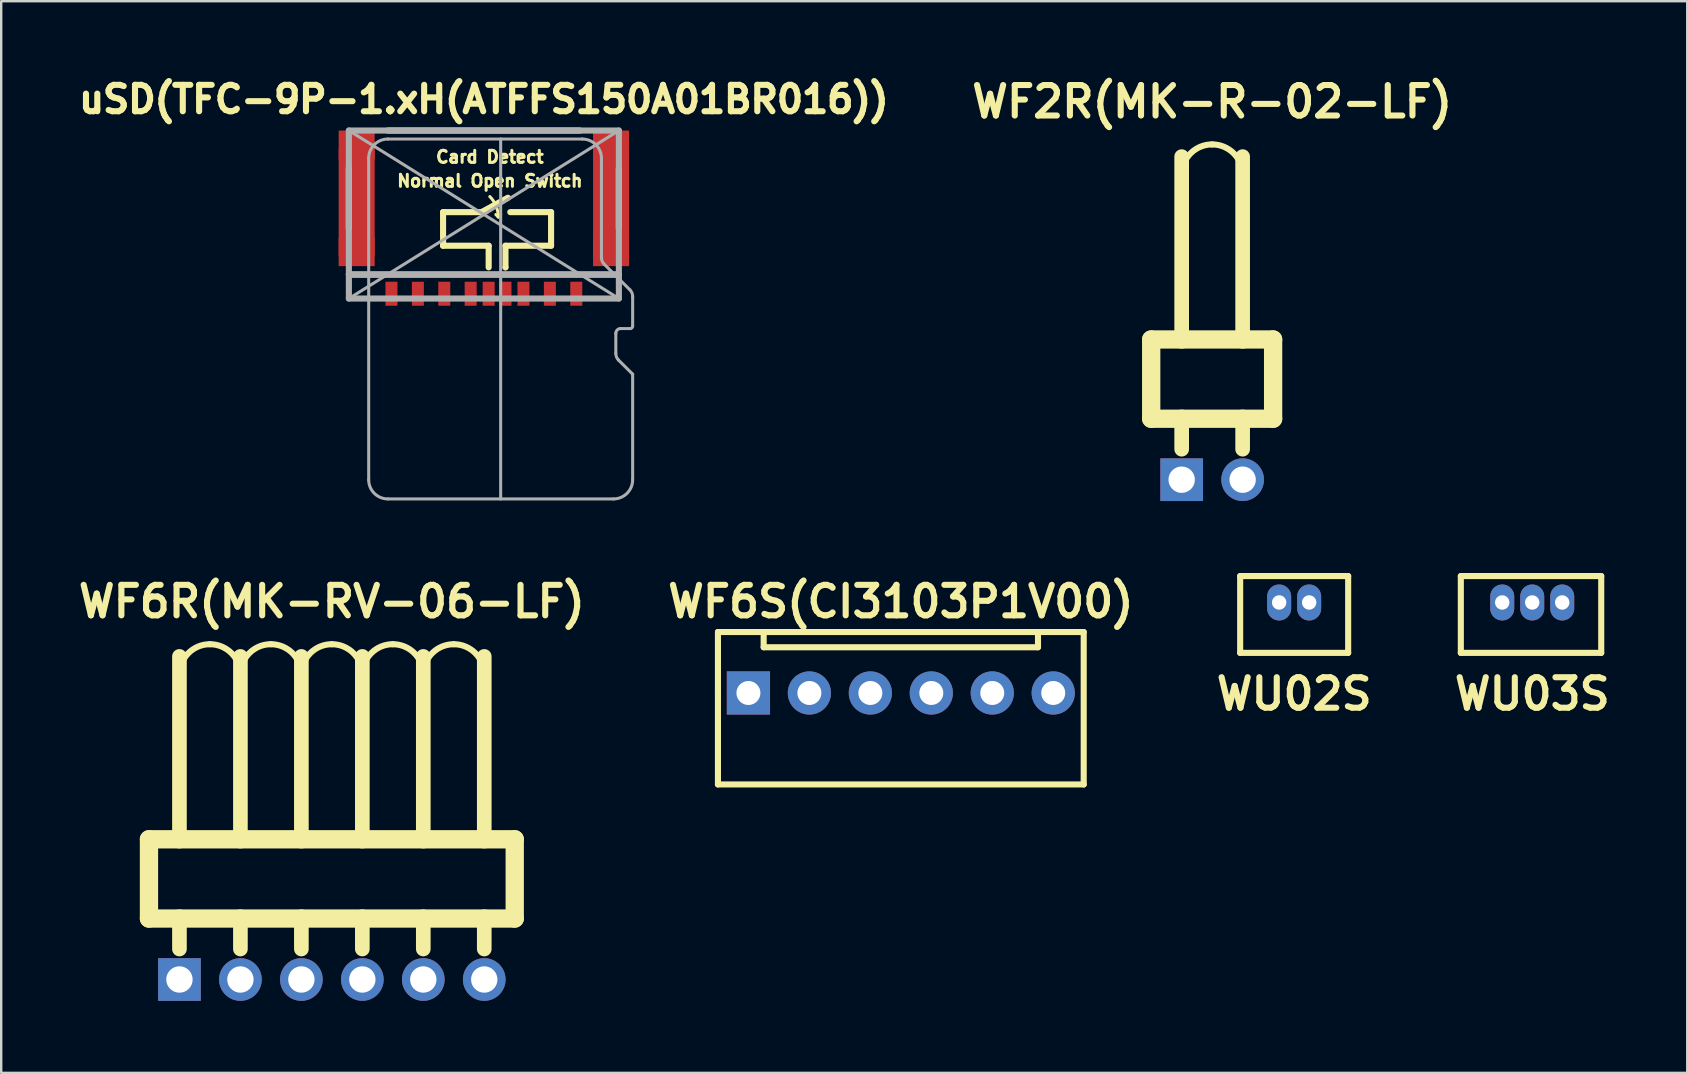
<source format=kicad_pcb>
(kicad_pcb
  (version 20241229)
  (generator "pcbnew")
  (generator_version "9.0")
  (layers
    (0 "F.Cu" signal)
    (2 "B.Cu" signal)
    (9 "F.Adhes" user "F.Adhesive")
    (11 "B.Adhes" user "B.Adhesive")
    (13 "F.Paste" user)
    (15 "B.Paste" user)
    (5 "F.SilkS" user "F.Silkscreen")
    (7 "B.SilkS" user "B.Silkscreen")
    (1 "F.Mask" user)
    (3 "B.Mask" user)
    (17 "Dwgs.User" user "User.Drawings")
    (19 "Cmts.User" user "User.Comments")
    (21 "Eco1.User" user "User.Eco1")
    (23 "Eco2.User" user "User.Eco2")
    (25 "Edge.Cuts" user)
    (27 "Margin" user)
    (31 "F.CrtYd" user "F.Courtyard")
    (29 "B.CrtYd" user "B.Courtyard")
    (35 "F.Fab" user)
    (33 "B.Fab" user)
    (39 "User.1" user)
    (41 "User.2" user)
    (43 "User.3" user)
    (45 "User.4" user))
  (footprint "WU02S"
    (layer "F.Cu")
    (at 50.873 22.053)
    (property "Reference" "WU02S" (at 0 3.81 0) (layer "F.SilkS") (effects (font (size 1.27 1.27) (thickness 0.254))))
    (attr smd)
    (fp_line (start -2.25 -1.1) (end 2.25 -1.1) (stroke (width 0.254) (type solid)) (layer "F.SilkS"))
    (fp_line (start -2.25 2.1) (end -2.25 -1.1) (stroke (width 0.254) (type solid)) (layer "F.SilkS"))
    (fp_line (start 2.25 -1.1) (end 2.25 2.1) (stroke (width 0.254) (type solid)) (layer "F.SilkS"))
    (fp_line (start 2.25 2.1) (end -2.25 2.1) (stroke (width 0.254) (type solid)) (layer "F.SilkS"))
    (pad "1" thru_hole oval (at -0.625 0) (size 1 1.5) (drill 0.6) (layers "*.Cu" "*.Mask"))
    (pad "2" thru_hole oval (at 0.625 0) (size 1 1.5) (drill 0.6) (layers "*.Cu" "*.Mask")))
  (footprint "WU03S"
    (layer "F.Cu")
    (at 60.792 22.053)
    (property "Reference" "WU03S" (at 0 3.81 0) (layer "F.SilkS") (effects (font (size 1.27 1.27) (thickness 0.254))))
    (attr smd)
    (fp_line (start -2.975 -1.1) (end 2.875 -1.1) (stroke (width 0.254) (type solid)) (layer "F.SilkS"))
    (fp_line (start -2.975 2.1) (end -2.975 -1.1) (stroke (width 0.254) (type solid)) (layer "F.SilkS"))
    (fp_line (start 2.875 -1.1) (end 2.875 2.1) (stroke (width 0.254) (type solid)) (layer "F.SilkS"))
    (fp_line (start 2.875 2.1) (end -2.975 2.1) (stroke (width 0.254) (type solid)) (layer "F.SilkS"))
    (pad "1" thru_hole oval (at -1.25 0) (size 1 1.5) (drill 0.6) (layers "*.Cu" "*.Mask"))
    (pad "2" thru_hole oval (at 0 0) (size 1 1.5) (drill 0.6) (layers "*.Cu" "*.Mask"))
    (pad "3" thru_hole oval (at 1.25 0) (size 1 1.5) (drill 0.6) (layers "*.Cu" "*.Mask")))
  (footprint "WF6S(CI3103P1V00)"
    (layer "F.Cu")
    (at 34.484 25.824)
    (property "Reference" "WF6S(CI3103P1V00)" (at 0 -3.81 0) (layer "F.SilkS") (effects (font (size 1.27 1.27) (thickness 0.254))))
    (attr smd)
    (fp_line (start -7.62 -2.54) (end 7.62 -2.54) (stroke (width 0.254) (type solid)) (layer "F.SilkS"))
    (fp_line (start -7.62 0) (end -7.62 -2.54) (stroke (width 0.254) (type solid)) (layer "F.SilkS"))
    (fp_line (start -7.62 3.81) (end -7.62 0) (stroke (width 0.254) (type solid)) (layer "F.SilkS"))
    (fp_line (start -5.715 -2.54) (end -5.715 -1.905) (stroke (width 0.254) (type solid)) (layer "F.SilkS"))
    (fp_line (start -5.715 -1.905) (end 5.715 -1.905) (stroke (width 0.254) (type solid)) (layer "F.SilkS"))
    (fp_line (start 5.715 -1.905) (end 5.715 -2.54) (stroke (width 0.254) (type solid)) (layer "F.SilkS"))
    (fp_line (start 7.62 -2.54) (end 7.62 3.81) (stroke (width 0.254) (type solid)) (layer "F.SilkS"))
    (fp_line (start 7.62 3.81) (end -7.62 3.81) (stroke (width 0.254) (type solid)) (layer "F.SilkS"))
    (pad "1" thru_hole rect (at -6.35 0 90) (size 1.8 1.8) (drill 1) (layers "*.Cu" "*.Mask"))
    (pad "2" thru_hole circle (at -3.81 0 90) (size 1.8 1.8) (drill 1) (layers "*.Cu" "*.Mask"))
    (pad "3" thru_hole circle (at -1.27 0 90) (size 1.8 1.8) (drill 1) (layers "*.Cu" "*.Mask"))
    (pad "4" thru_hole circle (at 1.27 0 90) (size 1.8 1.8) (drill 1) (layers "*.Cu" "*.Mask"))
    (pad "5" thru_hole circle (at 3.81 0 90) (size 1.8 1.8) (drill 1) (layers "*.Cu" "*.Mask"))
    (pad "6" thru_hole circle (at 6.35 0) (size 1.8 1.8) (drill 1) (layers "*.Cu" "*.Mask")))
  (footprint "WF6R(MK-RV-06-LF)"
    (layer "F.Cu")
    (at 10.777 33.952)
    (property "Reference" "WF6R(MK-RV-06-LF)" (at 0 -11.938 0) (layer "F.SilkS") (effects (font (size 1.27 1.27) (thickness 0.254))))
    (attr exclude_from_pos_files exclude_from_bom)
    (fp_line (start -7.62 -2.032) (end -7.62 1.27) (stroke (width 0.762) (type solid)) (layer "F.SilkS"))
    (fp_line (start -7.62 1.27) (end -6.35 1.27) (stroke (width 0.762) (type solid)) (layer "F.SilkS"))
    (fp_line (start -6.35 -2.032) (end -7.62 -2.032) (stroke (width 0.762) (type solid)) (layer "F.SilkS"))
    (fp_line (start -6.35 -2.032) (end -6.35 -9.652) (stroke (width 0.61) (type solid)) (layer "F.SilkS"))
    (fp_line (start -6.35 -2.032) (end -6.35 -8.89) (stroke (width 0.254) (type solid)) (layer "F.SilkS"))
    (fp_line (start -6.35 1.27) (end -6.35 2.54) (stroke (width 0.61) (type solid)) (layer "F.SilkS"))
    (fp_line (start -6.35 1.27) (end -3.81 1.27) (stroke (width 0.762) (type solid)) (layer "F.SilkS"))
    (fp_line (start -3.81 -8.89) (end -3.81 -2.032) (stroke (width 0.254) (type solid)) (layer "F.SilkS"))
    (fp_line (start -3.81 -2.032) (end -6.35 -2.032) (stroke (width 0.762) (type solid)) (layer "F.SilkS"))
    (fp_line (start -3.81 -2.032) (end -3.81 -9.652) (stroke (width 0.61) (type solid)) (layer "F.SilkS"))
    (fp_line (start -3.81 1.27) (end -3.81 2.54) (stroke (width 0.61) (type solid)) (layer "F.SilkS"))
    (fp_line (start -3.81 1.27) (end -1.27 1.27) (stroke (width 0.762) (type solid)) (layer "F.SilkS"))
    (fp_line (start -1.27 -2.032) (end -3.81 -2.032) (stroke (width 0.762) (type solid)) (layer "F.SilkS"))
    (fp_line (start -1.27 -2.032) (end -1.27 -9.652) (stroke (width 0.61) (type solid)) (layer "F.SilkS"))
    (fp_line (start -1.27 -2.032) (end -1.27 -8.89) (stroke (width 0.254) (type solid)) (layer "F.SilkS"))
    (fp_line (start -1.27 1.27) (end -1.27 2.54) (stroke (width 0.61) (type solid)) (layer "F.SilkS"))
    (fp_line (start -1.27 1.27) (end 1.27 1.27) (stroke (width 0.762) (type solid)) (layer "F.SilkS"))
    (fp_line (start 1.27 -8.89) (end 1.27 -2.032) (stroke (width 0.254) (type solid)) (layer "F.SilkS"))
    (fp_line (start 1.27 -2.032) (end -1.27 -2.032) (stroke (width 0.762) (type solid)) (layer "F.SilkS"))
    (fp_line (start 1.27 -2.032) (end 1.27 -9.652) (stroke (width 0.61) (type solid)) (layer "F.SilkS"))
    (fp_line (start 1.27 1.27) (end 1.27 2.54) (stroke (width 0.61) (type solid)) (layer "F.SilkS"))
    (fp_line (start 1.27 1.27) (end 3.81 1.27) (stroke (width 0.762) (type solid)) (layer "F.SilkS"))
    (fp_line (start 3.81 -2.032) (end 1.27 -2.032) (stroke (width 0.762) (type solid)) (layer "F.SilkS"))
    (fp_line (start 3.81 -2.032) (end 3.81 -9.652) (stroke (width 0.61) (type solid)) (layer "F.SilkS"))
    (fp_line (start 3.81 -2.032) (end 3.81 -8.89) (stroke (width 0.254) (type solid)) (layer "F.SilkS"))
    (fp_line (start 3.81 1.27) (end 3.81 2.54) (stroke (width 0.61) (type solid)) (layer "F.SilkS"))
    (fp_line (start 3.81 1.27) (end 6.35 1.27) (stroke (width 0.762) (type solid)) (layer "F.SilkS"))
    (fp_line (start 6.35 -8.89) (end 6.35 -2.032) (stroke (width 0.254) (type solid)) (layer "F.SilkS"))
    (fp_line (start 6.35 -2.032) (end 3.81 -2.032) (stroke (width 0.762) (type solid)) (layer "F.SilkS"))
    (fp_line (start 6.35 -2.032) (end 6.35 -9.652) (stroke (width 0.61) (type solid)) (layer "F.SilkS"))
    (fp_line (start 6.35 1.27) (end 6.35 2.54) (stroke (width 0.61) (type solid)) (layer "F.SilkS"))
    (fp_line (start 6.35 1.27) (end 7.62 1.27) (stroke (width 0.762) (type solid)) (layer "F.SilkS"))
    (fp_line (start 7.62 -2.032) (end 6.35 -2.032) (stroke (width 0.762) (type solid)) (layer "F.SilkS"))
    (fp_line (start 7.62 1.27) (end 7.62 -2.032) (stroke (width 0.762) (type solid)) (layer "F.SilkS"))
    (fp_arc (start -6.35 -8.89) (mid -5.978026 -9.788026) (end -5.08 -10.16) (stroke (width 0.254) (type solid)) (layer "F.SilkS"))
    (fp_arc (start -5.08 -10.16) (mid -4.181974 -9.788026) (end -3.81 -8.89) (stroke (width 0.254) (type solid)) (layer "F.SilkS"))
    (fp_arc (start -3.81 -8.89) (mid -3.438026 -9.788026) (end -2.54 -10.16) (stroke (width 0.254) (type solid)) (layer "F.SilkS"))
    (fp_arc (start -2.54 -10.16) (mid -1.641974 -9.788026) (end -1.27 -8.89) (stroke (width 0.254) (type solid)) (layer "F.SilkS"))
    (fp_arc (start -1.27 -8.89) (mid -0.898026 -9.788026) (end 0 -10.16) (stroke (width 0.254) (type solid)) (layer "F.SilkS"))
    (fp_arc (start 0 -10.16) (mid 0.898026 -9.788026) (end 1.27 -8.89) (stroke (width 0.254) (type solid)) (layer "F.SilkS"))
    (fp_arc (start 1.27 -8.89) (mid 1.641974 -9.788026) (end 2.54 -10.16) (stroke (width 0.254) (type solid)) (layer "F.SilkS"))
    (fp_arc (start 2.54 -10.16) (mid 3.438026 -9.788026) (end 3.81 -8.89) (stroke (width 0.254) (type solid)) (layer "F.SilkS"))
    (fp_arc (start 3.81 -8.89) (mid 4.181974 -9.788026) (end 5.08 -10.16) (stroke (width 0.254) (type solid)) (layer "F.SilkS"))
    (fp_arc (start 5.08 -10.16) (mid 5.978026 -9.788026) (end 6.35 -8.89) (stroke (width 0.254) (type solid)) (layer "F.SilkS"))
    (pad "1" thru_hole rect (at -6.35 3.81) (size 1.778 1.778) (drill 1.1) (layers "*.Cu" "*.Mask"))
    (pad "2" thru_hole circle (at -3.81 3.81) (size 1.778 1.778) (drill 1.1) (layers "*.Cu" "*.Mask"))
    (pad "3" thru_hole circle (at -1.27 3.81) (size 1.778 1.778) (drill 1.1) (layers "*.Cu" "*.Mask"))
    (pad "4" thru_hole circle (at 1.27 3.81) (size 1.778 1.778) (drill 1.1) (layers "*.Cu" "*.Mask"))
    (pad "5" thru_hole circle (at 3.81 3.81) (size 1.778 1.778) (drill 1.1) (layers "*.Cu" "*.Mask"))
    (pad "6" thru_hole circle (at 6.35 3.81) (size 1.778 1.778) (drill 1.1) (layers "*.Cu" "*.Mask")))
  (footprint "WF2R(MK-R-02-LF)"
    (layer "F.Cu")
    (at 47.456 13.127)
    (property "Reference" "WF2R(MK-R-02-LF)" (at 0 -11.938 0) (layer "F.SilkS") (effects (font (size 1.27 1.27) (thickness 0.254))))
    (attr exclude_from_pos_files exclude_from_bom)
    (fp_line (start -2.54 -2.032) (end -2.54 1.27) (stroke (width 0.762) (type solid)) (layer "F.SilkS"))
    (fp_line (start -2.54 1.27) (end -1.27 1.27) (stroke (width 0.762) (type solid)) (layer "F.SilkS"))
    (fp_line (start -1.27 -2.032) (end -2.54 -2.032) (stroke (width 0.762) (type solid)) (layer "F.SilkS"))
    (fp_line (start -1.27 -2.032) (end -1.27 -9.652) (stroke (width 0.61) (type solid)) (layer "F.SilkS"))
    (fp_line (start -1.27 -2.032) (end -1.27 -8.89) (stroke (width 0.254) (type solid)) (layer "F.SilkS"))
    (fp_line (start -1.27 1.27) (end -1.27 2.54) (stroke (width 0.61) (type solid)) (layer "F.SilkS"))
    (fp_line (start -1.27 1.27) (end 1.27 1.27) (stroke (width 0.762) (type solid)) (layer "F.SilkS"))
    (fp_line (start 1.27 -8.89) (end 1.27 -2.032) (stroke (width 0.254) (type solid)) (layer "F.SilkS"))
    (fp_line (start 1.27 -2.032) (end -1.27 -2.032) (stroke (width 0.762) (type solid)) (layer "F.SilkS"))
    (fp_line (start 1.27 -2.032) (end 1.27 -9.652) (stroke (width 0.61) (type solid)) (layer "F.SilkS"))
    (fp_line (start 1.27 1.27) (end 1.27 2.54) (stroke (width 0.61) (type solid)) (layer "F.SilkS"))
    (fp_line (start 1.27 1.27) (end 2.54 1.27) (stroke (width 0.762) (type solid)) (layer "F.SilkS"))
    (fp_line (start 2.54 -2.032) (end 1.27 -2.032) (stroke (width 0.762) (type solid)) (layer "F.SilkS"))
    (fp_line (start 2.54 1.27) (end 2.54 -2.032) (stroke (width 0.762) (type solid)) (layer "F.SilkS"))
    (fp_arc (start -1.27 -8.89) (mid -0.898026 -9.788026) (end 0 -10.16) (stroke (width 0.254) (type solid)) (layer "F.SilkS"))
    (fp_arc (start 0 -10.16) (mid 0.898026 -9.788026) (end 1.27 -8.89) (stroke (width 0.254) (type solid)) (layer "F.SilkS"))
    (pad "1" thru_hole rect (at -1.27 3.81) (size 1.778 1.778) (drill 1.1) (layers "*.Cu" "*.Mask"))
    (pad "2" thru_hole circle (at 1.27 3.81) (size 1.778 1.778) (drill 1.1) (layers "*.Cu" "*.Mask")))
  (footprint "uSD(TFC-9P-1.xH(ATFFS150A01BR016))"
    (layer "F.Cu")
    (at 17.111 5.889)
    (property "Reference" "uSD(TFC-9P-1.xH(ATFFS150A01BR016))" (at 0 -4.8 180) (layer "F.SilkS") (effects (font (size 1.1 1.1) (thickness 0.254))))
    (attr smd)
    (fp_line (start -5.625 0.575) (end -5.625 -1.925) (stroke (width 0.254) (type solid)) (layer "F.SilkS"))
    (fp_line (start -5.625 2.5) (end 5.625 2.5) (stroke (width 0.254) (type solid)) (layer "F.SilkS"))
    (fp_line (start -4 -3.5) (end 4 -3.5) (stroke (width 0.254) (type solid)) (layer "F.SilkS"))
    (fp_line (start -1.7 -0.1) (end -0.1 -0.1) (stroke (width 0.254) (type solid)) (layer "F.SilkS"))
    (fp_line (start -1.7 1.3) (end -1.7 -0.1) (stroke (width 0.254) (type solid)) (layer "F.SilkS"))
    (fp_line (start -0.1 -0.1) (end 1 -0.7) (stroke (width 0.254) (type solid)) (layer "F.SilkS"))
    (fp_line (start 0.2 1.3) (end -1.7 1.3) (stroke (width 0.254) (type solid)) (layer "F.SilkS"))
    (fp_line (start 0.2 2.2) (end 0.2 1.3) (stroke (width 0.254) (type solid)) (layer "F.SilkS"))
    (fp_line (start 0.6 0.1) (end 0.5 0) (stroke (width 0.127) (type solid)) (layer "F.SilkS"))
    (fp_line (start 0.6 0.1) (end 0.7 0) (stroke (width 0.127) (type solid)) (layer "F.SilkS"))
    (fp_line (start 0.9 1.3) (end 0.9 2.2) (stroke (width 0.254) (type solid)) (layer "F.SilkS"))
    (fp_line (start 0.9 2.2) (end 0.9 2.2) (stroke (width 0.254) (type solid)) (layer "F.SilkS"))
    (fp_line (start 1.1 -0.1) (end 2.8 -0.1) (stroke (width 0.254) (type solid)) (layer "F.SilkS"))
    (fp_line (start 2.8 -0.1) (end 2.8 1.3) (stroke (width 0.254) (type solid)) (layer "F.SilkS"))
    (fp_line (start 2.8 1.3) (end 0.9 1.3) (stroke (width 0.254) (type solid)) (layer "F.SilkS"))
    (fp_line (start 5.625 0.575) (end 5.625 -1.925) (stroke (width 0.254) (type solid)) (layer "F.SilkS"))
    (fp_arc (start 0.248528 -0.748528) (mid 0.508655 -0.35922) (end 0.6 0.1) (stroke (width 0.127) (type solid)) (layer "F.SilkS"))
    (fp_line (start -5.625 -3.5) (end 5.625 -3.5) (stroke (width 0.254) (type solid)) (layer "F.Fab"))
    (fp_line (start -5.625 -3.5) (end 5.625 3.5) (stroke (width 0.127) (type solid)) (layer "F.Fab"))
    (fp_line (start -5.625 2.5) (end 5.625 2.5) (stroke (width 0.254) (type solid)) (layer "F.Fab"))
    (fp_line (start -5.625 3.5) (end -5.625 -3.5) (stroke (width 0.254) (type solid)) (layer "F.Fab"))
    (fp_line (start -5.625 3.5) (end 5.625 -3.5) (stroke (width 0.127) (type solid)) (layer "F.Fab"))
    (fp_line (start -5.625 3.5) (end 5.625 3.5) (stroke (width 0.254) (type solid)) (layer "F.Fab"))
    (fp_line (start -4.799 11.05) (end -4.799 -2.346) (stroke (width 0.127) (type solid)) (layer "F.Fab"))
    (fp_line (start -3.999 -3.146) (end 4.099 -3.146) (stroke (width 0.127) (type solid)) (layer "F.Fab"))
    (fp_line (start 0.7 -3.148) (end 0.7 11.852) (stroke (width 0.127) (type solid)) (layer "F.Fab"))
    (fp_line (start 4.899 -2.346) (end 4.899 1.787) (stroke (width 0.127) (type solid)) (layer "F.Fab"))
    (fp_line (start 5.015 2.071) (end 6.082 3.133) (stroke (width 0.127) (type solid)) (layer "F.Fab"))
    (fp_line (start 5.399 11.85) (end -3.999 11.85) (stroke (width 0.127) (type solid)) (layer "F.Fab"))
    (fp_line (start 5.498 4.951) (end 5.498 5.784) (stroke (width 0.127) (type solid)) (layer "F.Fab"))
    (fp_line (start 5.615 6.069) (end 6.199 6.651) (stroke (width 0.127) (type solid)) (layer "F.Fab"))
    (fp_line (start 5.625 3.5) (end 5.625 -3.5) (stroke (width 0.254) (type solid)) (layer "F.Fab"))
    (fp_line (start 6.098 4.751) (end 5.699 4.751) (stroke (width 0.127) (type solid)) (layer "F.Fab"))
    (fp_line (start 6.199 3.417) (end 6.199 4.652) (stroke (width 0.127) (type solid)) (layer "F.Fab"))
    (fp_line (start 6.199 6.651) (end 6.199 11.05) (stroke (width 0.127) (type solid)) (layer "F.Fab"))
    (fp_arc (start -4.7991 -2.34606) (mid -4.564756 -2.911816) (end -3.999 -3.14616) (stroke (width 0.127) (type solid)) (layer "F.Fab"))
    (fp_arc (start -3.999 11.85) (mid -4.564756 11.615656) (end -4.7991 11.0499) (stroke (width 0.127) (type solid)) (layer "F.Fab"))
    (fp_arc (start 4.09852 -3.14616) (mid 4.664276 -2.911816) (end 4.89862 -2.34606) (stroke (width 0.127) (type solid)) (layer "F.Fab"))
    (fp_arc (start 5.01546 2.071) (mid 4.929028 1.941645) (end 4.898677 1.78906) (stroke (width 0.127) (type solid)) (layer "F.Fab"))
    (fp_arc (start 5.49806 4.95136) (mid 5.556832 4.809472) (end 5.69872 4.7507) (stroke (width 0.127) (type solid)) (layer "F.Fab"))
    (fp_arc (start 5.6149 6.06896) (mid 5.527689 5.938439) (end 5.497065 5.78448) (stroke (width 0.127) (type solid)) (layer "F.Fab"))
    (fp_arc (start 6.08226 3.13272) (mid 6.169337 3.262916) (end 6.200095 3.416498) (stroke (width 0.127) (type solid)) (layer "F.Fab"))
    (fp_arc (start 6.1991 4.65164) (mid 6.169342 4.723482) (end 6.0975 4.75324) (stroke (width 0.127) (type solid)) (layer "F.Fab"))
    (fp_arc (start 6.1991 11.0499) (mid 5.964756 11.615656) (end 5.399 11.85) (stroke (width 0.127) (type solid)) (layer "F.Fab"))
    (fp_text user "Card Detect" (at 0.25 -2.4 0) (layer "F.SilkS") (effects (font (size 0.5 0.5) (thickness 0.125))))
    (fp_text user "Normal Open Switch" (at 0.25 -1.4 0) (layer "F.SilkS") (effects (font (size 0.5 0.5) (thickness 0.125))))
    (pad "1" smd rect (at 3.85 3.3) (size 0.5 1) (layers "F.Cu" "F.Mask" "F.Paste"))
    (pad "2" smd rect (at 2.75 3.3) (size 0.5 1) (layers "F.Cu" "F.Mask" "F.Paste"))
    (pad "3" smd rect (at 1.65 3.3) (size 0.5 1) (layers "F.Cu" "F.Mask" "F.Paste"))
    (pad "4" smd rect (at 0.9 3.3) (size 0.5 1) (layers "F.Cu" "F.Mask" "F.Paste"))
    (pad "5" smd rect (at -0.55 3.3) (size 0.5 1) (layers "F.Cu" "F.Mask" "F.Paste"))
    (pad "6" smd rect (at -1.65 3.3) (size 0.5 1) (layers "F.Cu" "F.Mask" "F.Paste"))
    (pad "7" smd rect (at -2.75 3.3) (size 0.5 1) (layers "F.Cu" "F.Mask" "F.Paste"))
    (pad "8" smd rect (at -3.85 3.3) (size 0.5 1) (layers "F.Cu" "F.Mask" "F.Paste"))
    (pad "CD1" smd rect (at 0.2 3.3) (size 0.5 1) (layers "F.Cu" "F.Mask" "F.Paste"))
    (pad "CH1" smd rect (at -5.3 -2.9) (size 1.5 1.2) (layers "F.Cu" "F.Mask" "F.Paste"))
    (pad "CH1" smd rect (at -5.3 -0.5) (size 1.5 4.5) (layers "F.Cu"))
    (pad "CH1" smd rect (at -5.3 1.55) (size 1.5 1.2) (layers "F.Cu" "F.Mask" "F.Paste"))
    (pad "CH1" smd rect (at 5.3 -2.9) (size 1.5 1.2) (layers "F.Cu" "F.Mask" "F.Paste"))
    (pad "CH1" smd rect (at 5.3 -0.5) (size 1.5 4.5) (layers "F.Cu"))
    (pad "CH1" smd rect (at 5.3 1.55) (size 1.5 1.2) (layers "F.Cu" "F.Mask" "F.Paste")))
  (gr_rect
    (start -3 -3)
    (end 67.251 41.651)
    (stroke (width 0.1) (type default))
    (fill no)
    (layer "Edge.Cuts")))
</source>
